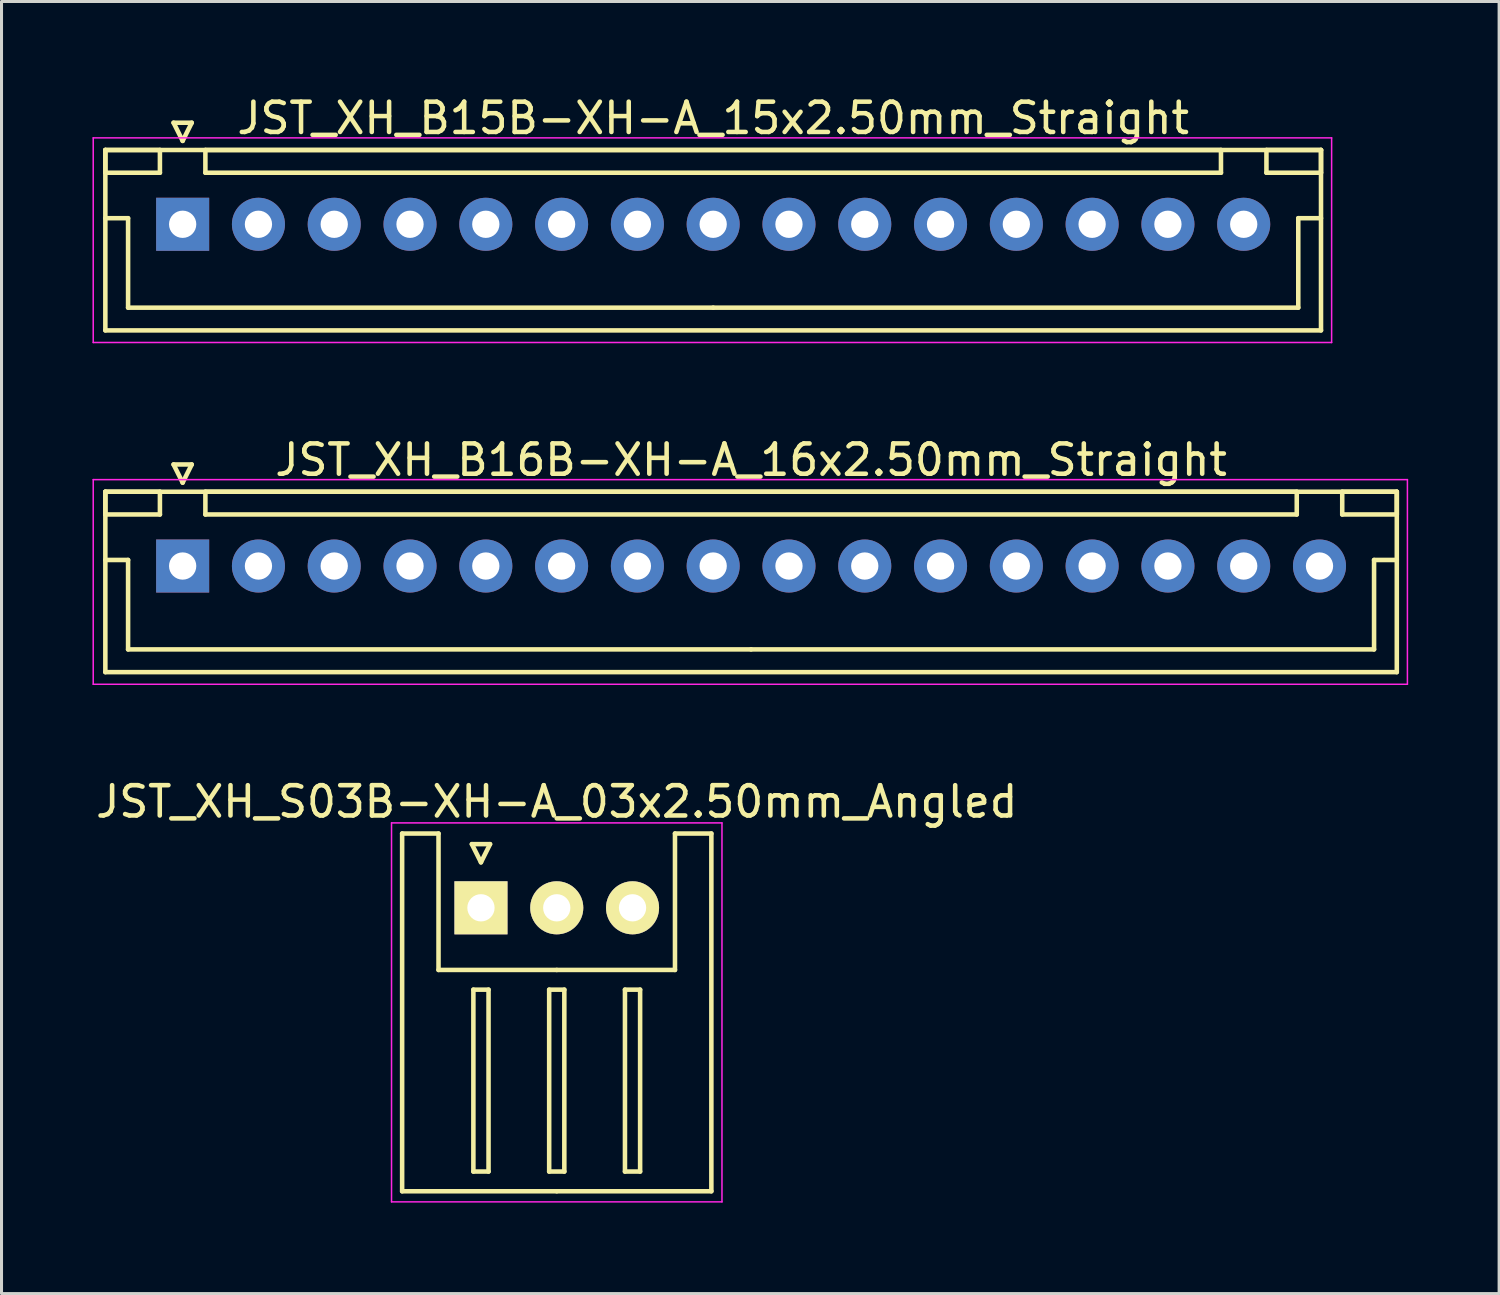
<source format=kicad_pcb>
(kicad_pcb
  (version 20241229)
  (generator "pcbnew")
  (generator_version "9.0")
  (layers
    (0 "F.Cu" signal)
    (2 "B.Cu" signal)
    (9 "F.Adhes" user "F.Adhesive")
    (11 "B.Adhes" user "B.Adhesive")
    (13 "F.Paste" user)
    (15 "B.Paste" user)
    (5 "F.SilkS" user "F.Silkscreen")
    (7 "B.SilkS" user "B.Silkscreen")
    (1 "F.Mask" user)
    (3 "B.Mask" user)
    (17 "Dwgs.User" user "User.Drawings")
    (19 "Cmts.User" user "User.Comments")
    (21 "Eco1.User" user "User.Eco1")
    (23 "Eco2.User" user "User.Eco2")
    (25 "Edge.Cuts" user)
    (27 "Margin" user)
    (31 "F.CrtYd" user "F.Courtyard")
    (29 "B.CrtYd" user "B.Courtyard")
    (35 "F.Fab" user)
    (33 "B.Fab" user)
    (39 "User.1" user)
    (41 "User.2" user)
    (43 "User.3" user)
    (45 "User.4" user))
  (footprint "JST_XH_B16B-XH-A_16x2.50mm_Straight"
    (layer "F.Cu")
    (at 2.975 15.621)
    (property "Reference" "JST_XH_B16B-XH-A_16x2.50mm_Straight" (at 18.75 -3.5 0) (layer "F.SilkS") (effects (font (size 1 1) (thickness 0.15))))
    (attr through_hole)
    (fp_line (start -2.55 -2.45) (end -2.55 -1.7) (stroke (width 0.15) (type solid)) (layer "F.SilkS"))
    (fp_line (start -2.55 -2.45) (end -2.55 3.5) (stroke (width 0.15) (type solid)) (layer "F.SilkS"))
    (fp_line (start -2.55 -1.7) (end -0.75 -1.7) (stroke (width 0.15) (type solid)) (layer "F.SilkS"))
    (fp_line (start -2.55 -0.2) (end -1.8 -0.2) (stroke (width 0.15) (type solid)) (layer "F.SilkS"))
    (fp_line (start -2.55 3.5) (end 40.05 3.5) (stroke (width 0.15) (type solid)) (layer "F.SilkS"))
    (fp_line (start -1.8 -0.2) (end -1.8 2.75) (stroke (width 0.15) (type solid)) (layer "F.SilkS"))
    (fp_line (start -1.8 2.75) (end 18.75 2.75) (stroke (width 0.15) (type solid)) (layer "F.SilkS"))
    (fp_line (start -0.75 -2.45) (end -2.55 -2.45) (stroke (width 0.15) (type solid)) (layer "F.SilkS"))
    (fp_line (start -0.75 -1.7) (end -0.75 -2.45) (stroke (width 0.15) (type solid)) (layer "F.SilkS"))
    (fp_line (start -0.3 -3.35) (end 0.3 -3.35) (stroke (width 0.15) (type solid)) (layer "F.SilkS"))
    (fp_line (start 0 -2.75) (end -0.3 -3.35) (stroke (width 0.15) (type solid)) (layer "F.SilkS"))
    (fp_line (start 0.3 -3.35) (end 0 -2.75) (stroke (width 0.15) (type solid)) (layer "F.SilkS"))
    (fp_line (start 0.75 -2.45) (end 0.75 -1.7) (stroke (width 0.15) (type solid)) (layer "F.SilkS"))
    (fp_line (start 0.75 -1.7) (end 36.75 -1.7) (stroke (width 0.15) (type solid)) (layer "F.SilkS"))
    (fp_line (start 36.75 -2.45) (end 0.75 -2.45) (stroke (width 0.15) (type solid)) (layer "F.SilkS"))
    (fp_line (start 36.75 -1.7) (end 36.75 -2.45) (stroke (width 0.15) (type solid)) (layer "F.SilkS"))
    (fp_line (start 38.25 -2.45) (end 38.25 -1.7) (stroke (width 0.15) (type solid)) (layer "F.SilkS"))
    (fp_line (start 38.25 -1.7) (end 40.05 -1.7) (stroke (width 0.15) (type solid)) (layer "F.SilkS"))
    (fp_line (start 39.3 -0.2) (end 39.3 2.75) (stroke (width 0.15) (type solid)) (layer "F.SilkS"))
    (fp_line (start 39.3 2.75) (end 18.75 2.75) (stroke (width 0.15) (type solid)) (layer "F.SilkS"))
    (fp_line (start 40.05 -2.45) (end -2.55 -2.45) (stroke (width 0.15) (type solid)) (layer "F.SilkS"))
    (fp_line (start 40.05 -2.45) (end 38.25 -2.45) (stroke (width 0.15) (type solid)) (layer "F.SilkS"))
    (fp_line (start 40.05 -1.7) (end 40.05 -2.45) (stroke (width 0.15) (type solid)) (layer "F.SilkS"))
    (fp_line (start 40.05 -0.2) (end 39.3 -0.2) (stroke (width 0.15) (type solid)) (layer "F.SilkS"))
    (fp_line (start 40.05 3.5) (end 40.05 -2.45) (stroke (width 0.15) (type solid)) (layer "F.SilkS"))
    (fp_line (start -2.95 -2.85) (end -2.95 3.9) (stroke (width 0.05) (type solid)) (layer "F.CrtYd"))
    (fp_line (start -2.95 3.9) (end 40.4 3.9) (stroke (width 0.05) (type solid)) (layer "F.CrtYd"))
    (fp_line (start 40.4 -2.85) (end -2.95 -2.85) (stroke (width 0.05) (type solid)) (layer "F.CrtYd"))
    (fp_line (start 40.4 3.9) (end 40.4 -2.85) (stroke (width 0.05) (type solid)) (layer "F.CrtYd"))
    (pad "1" thru_hole rect (at 0 0) (size 1.75 1.75) (drill 0.9) (layers "*.Cu" "*.Mask"))
    (pad "2" thru_hole circle (at 2.5 0) (size 1.75 1.75) (drill 0.9) (layers "*.Cu" "*.Mask"))
    (pad "3" thru_hole circle (at 5 0) (size 1.75 1.75) (drill 0.9) (layers "*.Cu" "*.Mask"))
    (pad "4" thru_hole circle (at 7.5 0) (size 1.75 1.75) (drill 0.9) (layers "*.Cu" "*.Mask"))
    (pad "5" thru_hole circle (at 10 0) (size 1.75 1.75) (drill 0.9) (layers "*.Cu" "*.Mask"))
    (pad "6" thru_hole circle (at 12.5 0) (size 1.75 1.75) (drill 0.9) (layers "*.Cu" "*.Mask"))
    (pad "7" thru_hole circle (at 15 0) (size 1.75 1.75) (drill 0.9) (layers "*.Cu" "*.Mask"))
    (pad "8" thru_hole circle (at 17.5 0) (size 1.75 1.75) (drill 0.9) (layers "*.Cu" "*.Mask"))
    (pad "9" thru_hole circle (at 20 0) (size 1.75 1.75) (drill 0.9) (layers "*.Cu" "*.Mask"))
    (pad "10" thru_hole circle (at 22.5 0) (size 1.75 1.75) (drill 0.9) (layers "*.Cu" "*.Mask"))
    (pad "11" thru_hole circle (at 25 0) (size 1.75 1.75) (drill 0.9) (layers "*.Cu" "*.Mask"))
    (pad "12" thru_hole circle (at 27.5 0) (size 1.75 1.75) (drill 0.9) (layers "*.Cu" "*.Mask"))
    (pad "13" thru_hole circle (at 30 0) (size 1.75 1.75) (drill 0.9) (layers "*.Cu" "*.Mask"))
    (pad "14" thru_hole circle (at 32.5 0) (size 1.75 1.75) (drill 0.9) (layers "*.Cu" "*.Mask"))
    (pad "15" thru_hole circle (at 35 0) (size 1.75 1.75) (drill 0.9) (layers "*.Cu" "*.Mask"))
    (pad "16" thru_hole circle (at 37.5 0) (size 1.75 1.75) (drill 0.9) (layers "*.Cu" "*.Mask")))
  (footprint "JST_XH_B15B-XH-A_15x2.50mm_Straight"
    (layer "F.Cu")
    (at 2.975 4.348)
    (property "Reference" "JST_XH_B15B-XH-A_15x2.50mm_Straight" (at 17.5 -3.5 0) (layer "F.SilkS") (effects (font (size 1 1) (thickness 0.15))))
    (attr through_hole)
    (fp_line (start -2.55 -2.45) (end -2.55 -1.7) (stroke (width 0.15) (type solid)) (layer "F.SilkS"))
    (fp_line (start -2.55 -2.45) (end -2.55 3.5) (stroke (width 0.15) (type solid)) (layer "F.SilkS"))
    (fp_line (start -2.55 -1.7) (end -0.75 -1.7) (stroke (width 0.15) (type solid)) (layer "F.SilkS"))
    (fp_line (start -2.55 -0.2) (end -1.8 -0.2) (stroke (width 0.15) (type solid)) (layer "F.SilkS"))
    (fp_line (start -2.55 3.5) (end 37.55 3.5) (stroke (width 0.15) (type solid)) (layer "F.SilkS"))
    (fp_line (start -1.8 -0.2) (end -1.8 2.75) (stroke (width 0.15) (type solid)) (layer "F.SilkS"))
    (fp_line (start -1.8 2.75) (end 17.5 2.75) (stroke (width 0.15) (type solid)) (layer "F.SilkS"))
    (fp_line (start -0.75 -2.45) (end -2.55 -2.45) (stroke (width 0.15) (type solid)) (layer "F.SilkS"))
    (fp_line (start -0.75 -1.7) (end -0.75 -2.45) (stroke (width 0.15) (type solid)) (layer "F.SilkS"))
    (fp_line (start -0.3 -3.35) (end 0.3 -3.35) (stroke (width 0.15) (type solid)) (layer "F.SilkS"))
    (fp_line (start 0 -2.75) (end -0.3 -3.35) (stroke (width 0.15) (type solid)) (layer "F.SilkS"))
    (fp_line (start 0.3 -3.35) (end 0 -2.75) (stroke (width 0.15) (type solid)) (layer "F.SilkS"))
    (fp_line (start 0.75 -2.45) (end 0.75 -1.7) (stroke (width 0.15) (type solid)) (layer "F.SilkS"))
    (fp_line (start 0.75 -1.7) (end 34.25 -1.7) (stroke (width 0.15) (type solid)) (layer "F.SilkS"))
    (fp_line (start 34.25 -2.45) (end 0.75 -2.45) (stroke (width 0.15) (type solid)) (layer "F.SilkS"))
    (fp_line (start 34.25 -1.7) (end 34.25 -2.45) (stroke (width 0.15) (type solid)) (layer "F.SilkS"))
    (fp_line (start 35.75 -2.45) (end 35.75 -1.7) (stroke (width 0.15) (type solid)) (layer "F.SilkS"))
    (fp_line (start 35.75 -1.7) (end 37.55 -1.7) (stroke (width 0.15) (type solid)) (layer "F.SilkS"))
    (fp_line (start 36.8 -0.2) (end 36.8 2.75) (stroke (width 0.15) (type solid)) (layer "F.SilkS"))
    (fp_line (start 36.8 2.75) (end 17.5 2.75) (stroke (width 0.15) (type solid)) (layer "F.SilkS"))
    (fp_line (start 37.55 -2.45) (end -2.55 -2.45) (stroke (width 0.15) (type solid)) (layer "F.SilkS"))
    (fp_line (start 37.55 -2.45) (end 35.75 -2.45) (stroke (width 0.15) (type solid)) (layer "F.SilkS"))
    (fp_line (start 37.55 -1.7) (end 37.55 -2.45) (stroke (width 0.15) (type solid)) (layer "F.SilkS"))
    (fp_line (start 37.55 -0.2) (end 36.8 -0.2) (stroke (width 0.15) (type solid)) (layer "F.SilkS"))
    (fp_line (start 37.55 3.5) (end 37.55 -2.45) (stroke (width 0.15) (type solid)) (layer "F.SilkS"))
    (fp_line (start -2.95 -2.85) (end -2.95 3.9) (stroke (width 0.05) (type solid)) (layer "F.CrtYd"))
    (fp_line (start -2.95 3.9) (end 37.9 3.9) (stroke (width 0.05) (type solid)) (layer "F.CrtYd"))
    (fp_line (start 37.9 -2.85) (end -2.95 -2.85) (stroke (width 0.05) (type solid)) (layer "F.CrtYd"))
    (fp_line (start 37.9 3.9) (end 37.9 -2.85) (stroke (width 0.05) (type solid)) (layer "F.CrtYd"))
    (pad "1" thru_hole rect (at 0 0) (size 1.75 1.75) (drill 0.9) (layers "*.Cu" "*.Mask"))
    (pad "2" thru_hole circle (at 2.5 0) (size 1.75 1.75) (drill 0.9) (layers "*.Cu" "*.Mask"))
    (pad "3" thru_hole circle (at 5 0) (size 1.75 1.75) (drill 0.9) (layers "*.Cu" "*.Mask"))
    (pad "4" thru_hole circle (at 7.5 0) (size 1.75 1.75) (drill 0.9) (layers "*.Cu" "*.Mask"))
    (pad "5" thru_hole circle (at 10 0) (size 1.75 1.75) (drill 0.9) (layers "*.Cu" "*.Mask"))
    (pad "6" thru_hole circle (at 12.5 0) (size 1.75 1.75) (drill 0.9) (layers "*.Cu" "*.Mask"))
    (pad "7" thru_hole circle (at 15 0) (size 1.75 1.75) (drill 0.9) (layers "*.Cu" "*.Mask"))
    (pad "8" thru_hole circle (at 17.5 0) (size 1.75 1.75) (drill 0.9) (layers "*.Cu" "*.Mask"))
    (pad "9" thru_hole circle (at 20 0) (size 1.75 1.75) (drill 0.9) (layers "*.Cu" "*.Mask"))
    (pad "10" thru_hole circle (at 22.5 0) (size 1.75 1.75) (drill 0.9) (layers "*.Cu" "*.Mask"))
    (pad "11" thru_hole circle (at 25 0) (size 1.75 1.75) (drill 0.9) (layers "*.Cu" "*.Mask"))
    (pad "12" thru_hole circle (at 27.5 0) (size 1.75 1.75) (drill 0.9) (layers "*.Cu" "*.Mask"))
    (pad "13" thru_hole circle (at 30 0) (size 1.75 1.75) (drill 0.9) (layers "*.Cu" "*.Mask"))
    (pad "14" thru_hole circle (at 32.5 0) (size 1.75 1.75) (drill 0.9) (layers "*.Cu" "*.Mask"))
    (pad "15" thru_hole circle (at 35 0) (size 1.75 1.75) (drill 0.9) (layers "*.Cu" "*.Mask")))
  (footprint "JST_XH_S03B-XH-A_03x2.50mm_Angled"
    (layer "F.Cu")
    (at 12.815 26.895)
    (property "Reference" "JST_XH_S03B-XH-A_03x2.50mm_Angled" (at 2.5 -3.5 0) (layer "F.SilkS") (effects (font (size 1 1) (thickness 0.15))))
    (attr through_hole)
    (fp_line (start -2.6 -2.45) (end -1.4 -2.45) (stroke (width 0.15) (type solid)) (layer "F.SilkS"))
    (fp_line (start -2.6 9.35) (end -2.6 -2.45) (stroke (width 0.15) (type solid)) (layer "F.SilkS"))
    (fp_line (start -1.4 -2.45) (end -1.4 2.05) (stroke (width 0.15) (type solid)) (layer "F.SilkS"))
    (fp_line (start -1.4 2.05) (end 2.5 2.05) (stroke (width 0.15) (type solid)) (layer "F.SilkS"))
    (fp_line (start -0.3 -2.1) (end 0.3 -2.1) (stroke (width 0.15) (type solid)) (layer "F.SilkS"))
    (fp_line (start -0.25 2.7) (end -0.25 8.7) (stroke (width 0.15) (type solid)) (layer "F.SilkS"))
    (fp_line (start -0.25 8.7) (end 0.25 8.7) (stroke (width 0.15) (type solid)) (layer "F.SilkS"))
    (fp_line (start 0 -1.5) (end -0.3 -2.1) (stroke (width 0.15) (type solid)) (layer "F.SilkS"))
    (fp_line (start 0.25 2.7) (end -0.25 2.7) (stroke (width 0.15) (type solid)) (layer "F.SilkS"))
    (fp_line (start 0.25 8.7) (end 0.25 2.7) (stroke (width 0.15) (type solid)) (layer "F.SilkS"))
    (fp_line (start 0.3 -2.1) (end 0 -1.5) (stroke (width 0.15) (type solid)) (layer "F.SilkS"))
    (fp_line (start 2.25 2.7) (end 2.25 8.7) (stroke (width 0.15) (type solid)) (layer "F.SilkS"))
    (fp_line (start 2.25 8.7) (end 2.75 8.7) (stroke (width 0.15) (type solid)) (layer "F.SilkS"))
    (fp_line (start 2.5 9.35) (end -2.6 9.35) (stroke (width 0.15) (type solid)) (layer "F.SilkS"))
    (fp_line (start 2.5 9.35) (end 7.6 9.35) (stroke (width 0.15) (type solid)) (layer "F.SilkS"))
    (fp_line (start 2.75 2.7) (end 2.25 2.7) (stroke (width 0.15) (type solid)) (layer "F.SilkS"))
    (fp_line (start 2.75 8.7) (end 2.75 2.7) (stroke (width 0.15) (type solid)) (layer "F.SilkS"))
    (fp_line (start 4.75 2.7) (end 4.75 8.7) (stroke (width 0.15) (type solid)) (layer "F.SilkS"))
    (fp_line (start 4.75 8.7) (end 5.25 8.7) (stroke (width 0.15) (type solid)) (layer "F.SilkS"))
    (fp_line (start 5.25 2.7) (end 4.75 2.7) (stroke (width 0.15) (type solid)) (layer "F.SilkS"))
    (fp_line (start 5.25 8.7) (end 5.25 2.7) (stroke (width 0.15) (type solid)) (layer "F.SilkS"))
    (fp_line (start 6.4 -2.45) (end 6.4 2.05) (stroke (width 0.15) (type solid)) (layer "F.SilkS"))
    (fp_line (start 6.4 2.05) (end 2.5 2.05) (stroke (width 0.15) (type solid)) (layer "F.SilkS"))
    (fp_line (start 7.6 -2.45) (end 6.4 -2.45) (stroke (width 0.15) (type solid)) (layer "F.SilkS"))
    (fp_line (start 7.6 9.35) (end 7.6 -2.45) (stroke (width 0.15) (type solid)) (layer "F.SilkS"))
    (fp_line (start -2.95 -2.8) (end -2.95 9.7) (stroke (width 0.05) (type solid)) (layer "F.CrtYd"))
    (fp_line (start -2.95 9.7) (end 7.95 9.7) (stroke (width 0.05) (type solid)) (layer "F.CrtYd"))
    (fp_line (start 7.95 -2.8) (end -2.95 -2.8) (stroke (width 0.05) (type solid)) (layer "F.CrtYd"))
    (fp_line (start 7.95 9.7) (end 7.95 -2.8) (stroke (width 0.05) (type solid)) (layer "F.CrtYd"))
    (pad "1" thru_hole rect (at 0 0) (size 1.75 1.75) (drill 0.9) (layers "*.Cu" "*.Mask" "F.SilkS"))
    (pad "2" thru_hole circle (at 2.5 0) (size 1.75 1.75) (drill 0.9) (layers "*.Cu" "*.Mask" "F.SilkS"))
    (pad "3" thru_hole circle (at 5 0) (size 1.75 1.75) (drill 0.9) (layers "*.Cu" "*.Mask" "F.SilkS")))
  (gr_rect
    (start -3 -3)
    (end 46.4 39.62)
    (stroke (width 0.1) (type default))
    (fill no)
    (layer "Edge.Cuts")))
</source>
